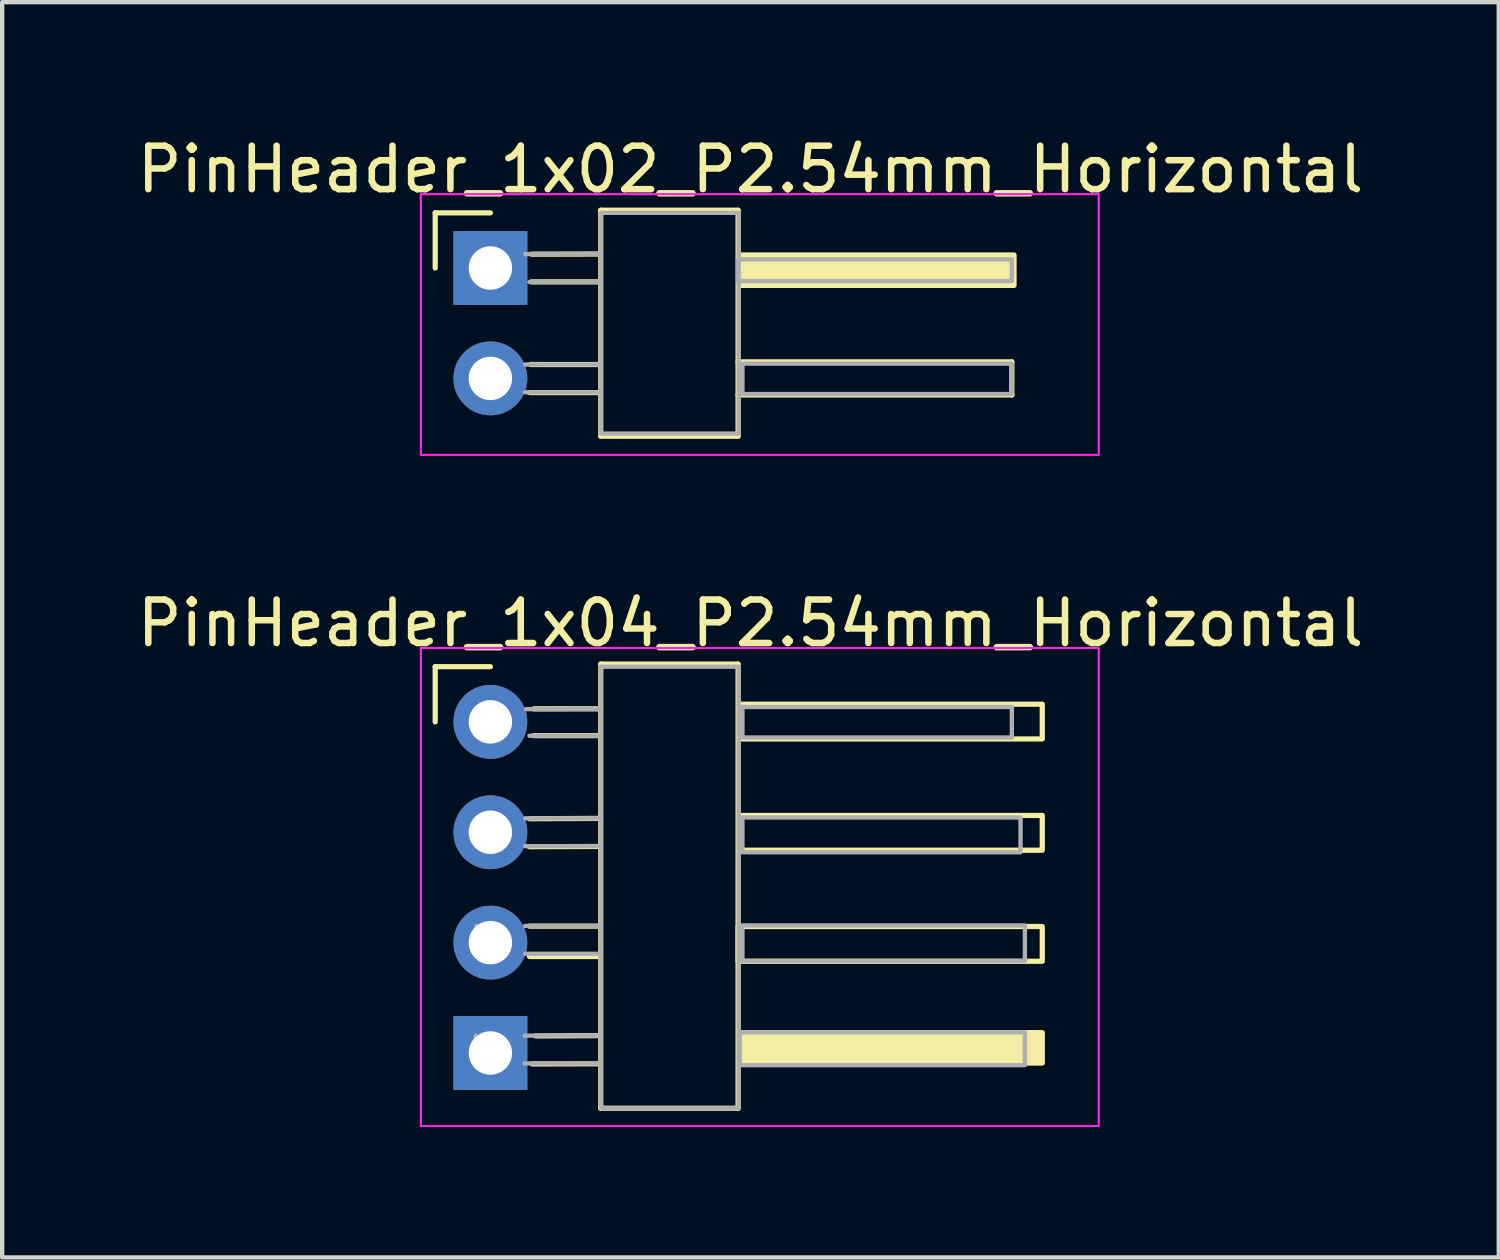
<source format=kicad_pcb>
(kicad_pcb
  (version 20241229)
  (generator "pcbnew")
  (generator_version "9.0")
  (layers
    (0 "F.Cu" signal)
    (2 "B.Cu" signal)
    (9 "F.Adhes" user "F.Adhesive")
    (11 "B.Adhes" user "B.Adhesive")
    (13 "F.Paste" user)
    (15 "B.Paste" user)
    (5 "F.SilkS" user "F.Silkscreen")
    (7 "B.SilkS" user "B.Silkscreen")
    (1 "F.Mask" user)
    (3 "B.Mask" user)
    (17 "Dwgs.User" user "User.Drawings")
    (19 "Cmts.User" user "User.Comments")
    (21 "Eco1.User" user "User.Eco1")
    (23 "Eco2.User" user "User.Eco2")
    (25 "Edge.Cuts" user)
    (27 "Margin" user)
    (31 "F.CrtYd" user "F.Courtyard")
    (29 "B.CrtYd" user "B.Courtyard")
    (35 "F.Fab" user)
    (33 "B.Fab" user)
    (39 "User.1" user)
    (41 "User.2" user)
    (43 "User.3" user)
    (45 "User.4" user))
  (footprint "PinHeader_1x04_P2.54mm_Horizontal"
    (layer "F.Cu")
    (at 8.235 13.562)
    (property "Reference" "PinHeader_1x04_P2.54mm_Horizontal" (at 5.985 -2.27 0) (layer "F.SilkS") (effects (font (size 1 1) (thickness 0.15))))
    (attr through_hole)
    (fp_line (start -1.27 -1.27) (end 0 -1.27) (stroke (width 0.12) (type solid)) (layer "F.SilkS"))
    (fp_line (start -1.27 0) (end -1.27 -1.27) (stroke (width 0.12) (type solid)) (layer "F.SilkS"))
    (fp_line (start 0.9 2.229) (end 2.5 2.221) (stroke (width 0.12) (type solid)) (layer "F.SilkS"))
    (fp_line (start 0.9 2.873) (end 2.49 2.867) (stroke (width 0.12) (type solid)) (layer "F.SilkS"))
    (fp_line (start 0.9 4.7) (end 2.496 4.7) (stroke (width 0.12) (type solid)) (layer "F.SilkS"))
    (fp_line (start 0.9 5.4) (end 2.49 5.4) (stroke (width 0.12) (type solid)) (layer "F.SilkS"))
    (fp_line (start 0.965 7.872) (end 2.475 7.868) (stroke (width 0.12) (type solid)) (layer "F.SilkS"))
    (fp_line (start 1 0.317) (end 2.5 0.318) (stroke (width 0.12) (type solid)) (layer "F.SilkS"))
    (fp_line (start 1.048 7.228) (end 2.5 7.221) (stroke (width 0.12) (type solid)) (layer "F.SilkS"))
    (fp_line (start 2.5 -0.3) (end 1 -0.3) (stroke (width 0.12) (type solid)) (layer "F.SilkS"))
    (fp_line (start 2.54 -1.33) (end 2.54 8.89) (stroke (width 0.12) (type solid)) (layer "F.SilkS"))
    (fp_line (start 2.54 8.89) (end 5.7 8.89) (stroke (width 0.12) (type solid)) (layer "F.SilkS"))
    (fp_line (start 5.7 -1.33) (end 2.54 -1.33) (stroke (width 0.12) (type solid)) (layer "F.SilkS"))
    (fp_line (start 5.7 8.89) (end 5.7 -1.33) (stroke (width 0.12) (type solid)) (layer "F.SilkS"))
    (fp_rect (start 5.701 4.709) (end 12.7 5.509) (stroke (width 0.12) (type solid)) (fill no) (layer "F.SilkS"))
    (fp_rect (start 5.713 -0.407) (end 12.7 0.393) (stroke (width 0.12) (type solid)) (fill no) (layer "F.SilkS"))
    (fp_rect (start 5.722 2.154) (end 12.7 2.954) (stroke (width 0.12) (type solid)) (fill no) (layer "F.SilkS"))
    (fp_rect (start 5.775 7.151) (end 12.7 7.851) (stroke (width 0.12) (type solid)) (fill yes) (layer "F.SilkS"))
    (fp_rect (start -1.6 -1.7) (end 14 9.3) (stroke (width 0.05) (type solid)) (fill no) (layer "F.CrtYd"))
    (fp_line (start -0.335 7.22) (end -0.335 7.86) (stroke (width 0.1) (type solid)) (layer "F.Fab"))
    (fp_line (start -0.32 -0.32) (end -0.32 0.32) (stroke (width 0.1) (type solid)) (layer "F.Fab"))
    (fp_line (start -0.32 2.22) (end -0.32 2.86) (stroke (width 0.1) (type solid)) (layer "F.Fab"))
    (fp_line (start -0.32 4.697) (end -0.32 5.337) (stroke (width 0.1) (type solid)) (layer "F.Fab"))
    (fp_line (start 0.785 7.22) (end 2.525 7.22) (stroke (width 0.1) (type solid)) (layer "F.Fab"))
    (fp_line (start 0.785 7.86) (end 2.525 7.86) (stroke (width 0.1) (type solid)) (layer "F.Fab"))
    (fp_line (start 0.8 2.22) (end 2.54 2.22) (stroke (width 0.1) (type solid)) (layer "F.Fab"))
    (fp_line (start 0.8 2.86) (end 2.54 2.86) (stroke (width 0.1) (type solid)) (layer "F.Fab"))
    (fp_line (start 0.8 4.697) (end 2.54 4.697) (stroke (width 0.1) (type solid)) (layer "F.Fab"))
    (fp_line (start 0.8 5.337) (end 2.54 5.337) (stroke (width 0.1) (type solid)) (layer "F.Fab"))
    (fp_line (start 0.82 -0.292) (end 2.5 -0.3) (stroke (width 0.1) (type solid)) (layer "F.Fab"))
    (fp_line (start 0.9 0.32) (end 2.54 0.32) (stroke (width 0.1) (type solid)) (layer "F.Fab"))
    (fp_rect (start 2.54 8.89) (end 5.715 -1.27) (stroke (width 0.1) (type solid)) (fill no) (layer "F.Fab"))
    (fp_rect (start 5.738 7.144) (end 12.3 7.9) (stroke (width 0.1) (type solid)) (fill no) (layer "F.Fab"))
    (fp_rect (start 5.8 -0.341) (end 12 0.359) (stroke (width 0.1) (type solid)) (fill no) (layer "F.Fab"))
    (fp_rect (start 5.8 2.2) (end 12.2 3) (stroke (width 0.1) (type solid)) (fill no) (layer "F.Fab"))
    (fp_rect (start 5.8 4.686) (end 12.3 5.5) (stroke (width 0.1) (type solid)) (fill no) (layer "F.Fab"))
    (pad "1" thru_hole rect (at 0 7.62) (size 1.7 1.7) (drill 1) (layers "*.Cu" "*.Mask"))
    (pad "2" thru_hole oval (at 0 5.08) (size 1.7 1.7) (drill 1) (layers "*.Cu" "*.Mask"))
    (pad "3" thru_hole oval (at 0 2.54) (size 1.7 1.7) (drill 1) (layers "*.Cu" "*.Mask"))
    (pad "4" thru_hole oval (at 0 0) (size 1.7 1.7) (drill 1) (layers "*.Cu" "*.Mask")))
  (footprint "PinHeader_1x02_P2.54mm_Horizontal"
    (layer "F.Cu")
    (at 8.235 3.118)
    (property "Reference" "PinHeader_1x02_P2.54mm_Horizontal" (at 5.985 -2.27 0) (layer "F.SilkS") (effects (font (size 1 1) (thickness 0.15))))
    (attr through_hole)
    (fp_line (start -1.27 -1.27) (end 0 -1.27) (stroke (width 0.12) (type solid)) (layer "F.SilkS"))
    (fp_line (start -1.27 0) (end -1.27 -1.27) (stroke (width 0.12) (type solid)) (layer "F.SilkS"))
    (fp_line (start 0.909 2.867) (end 2.49 2.867) (stroke (width 0.12) (type solid)) (layer "F.SilkS"))
    (fp_line (start 0.928 2.22) (end 2.496 2.221) (stroke (width 0.12) (type solid)) (layer "F.SilkS"))
    (fp_line (start 0.946 0.318) (end 2.5 0.318) (stroke (width 0.12) (type solid)) (layer "F.SilkS"))
    (fp_line (start 0.955 -0.319) (end 2.5 -0.323) (stroke (width 0.12) (type solid)) (layer "F.SilkS"))
    (fp_line (start 2.54 -1.33) (end 2.54 3.87) (stroke (width 0.12) (type solid)) (layer "F.SilkS"))
    (fp_line (start 2.54 3.87) (end 5.7 3.87) (stroke (width 0.12) (type solid)) (layer "F.SilkS"))
    (fp_line (start 5.7 -1.33) (end 2.54 -1.33) (stroke (width 0.12) (type solid)) (layer "F.SilkS"))
    (fp_line (start 5.7 2.16) (end 12 2.16) (stroke (width 0.12) (type solid)) (layer "F.SilkS"))
    (fp_line (start 5.7 3.87) (end 5.7 -1.33) (stroke (width 0.12) (type solid)) (layer "F.SilkS"))
    (fp_line (start 12 2.16) (end 12 2.92) (stroke (width 0.12) (type solid)) (layer "F.SilkS"))
    (fp_line (start 12 2.92) (end 5.7 2.92) (stroke (width 0.12) (type solid)) (layer "F.SilkS"))
    (fp_rect (start 5.75 -0.3) (end 12.05 0.4) (stroke (width 0.12) (type solid)) (fill yes) (layer "F.SilkS"))
    (fp_rect (start -1.6 -1.7) (end 14 4.3) (stroke (width 0.05) (type solid)) (fill no) (layer "F.CrtYd"))
    (fp_line (start -0.32 -0.32) (end -0.32 0.32) (stroke (width 0.1) (type solid)) (layer "F.Fab"))
    (fp_line (start -0.32 2.22) (end -0.32 2.86) (stroke (width 0.1) (type solid)) (layer "F.Fab"))
    (fp_line (start 0.8 -0.32) (end 2.54 -0.32) (stroke (width 0.1) (type solid)) (layer "F.Fab"))
    (fp_line (start 0.8 2.22) (end 2.54 2.22) (stroke (width 0.1) (type solid)) (layer "F.Fab"))
    (fp_line (start 0.8 2.86) (end 2.54 2.86) (stroke (width 0.1) (type solid)) (layer "F.Fab"))
    (fp_line (start 0.9 0.32) (end 2.54 0.32) (stroke (width 0.1) (type solid)) (layer "F.Fab"))
    (fp_rect (start 2.54 3.81) (end 5.715 -1.27) (stroke (width 0.1) (type solid)) (fill no) (layer "F.Fab"))
    (fp_rect (start 5.7 -0.2) (end 12 0.3) (stroke (width 0.1) (type solid)) (fill no) (layer "F.Fab"))
    (fp_rect (start 5.8 2.2) (end 12 2.9) (stroke (width 0.1) (type solid)) (fill no) (layer "F.Fab"))
    (pad "1" thru_hole rect (at 0 0) (size 1.7 1.7) (drill 1) (layers "*.Cu" "*.Mask"))
    (pad "2" thru_hole oval (at 0 2.54) (size 1.7 1.7) (drill 1) (layers "*.Cu" "*.Mask")))
  (gr_rect
    (start -3 -3)
    (end 31.44 25.887)
    (stroke (width 0.1) (type default))
    (fill no)
    (layer "Edge.Cuts")))
</source>
